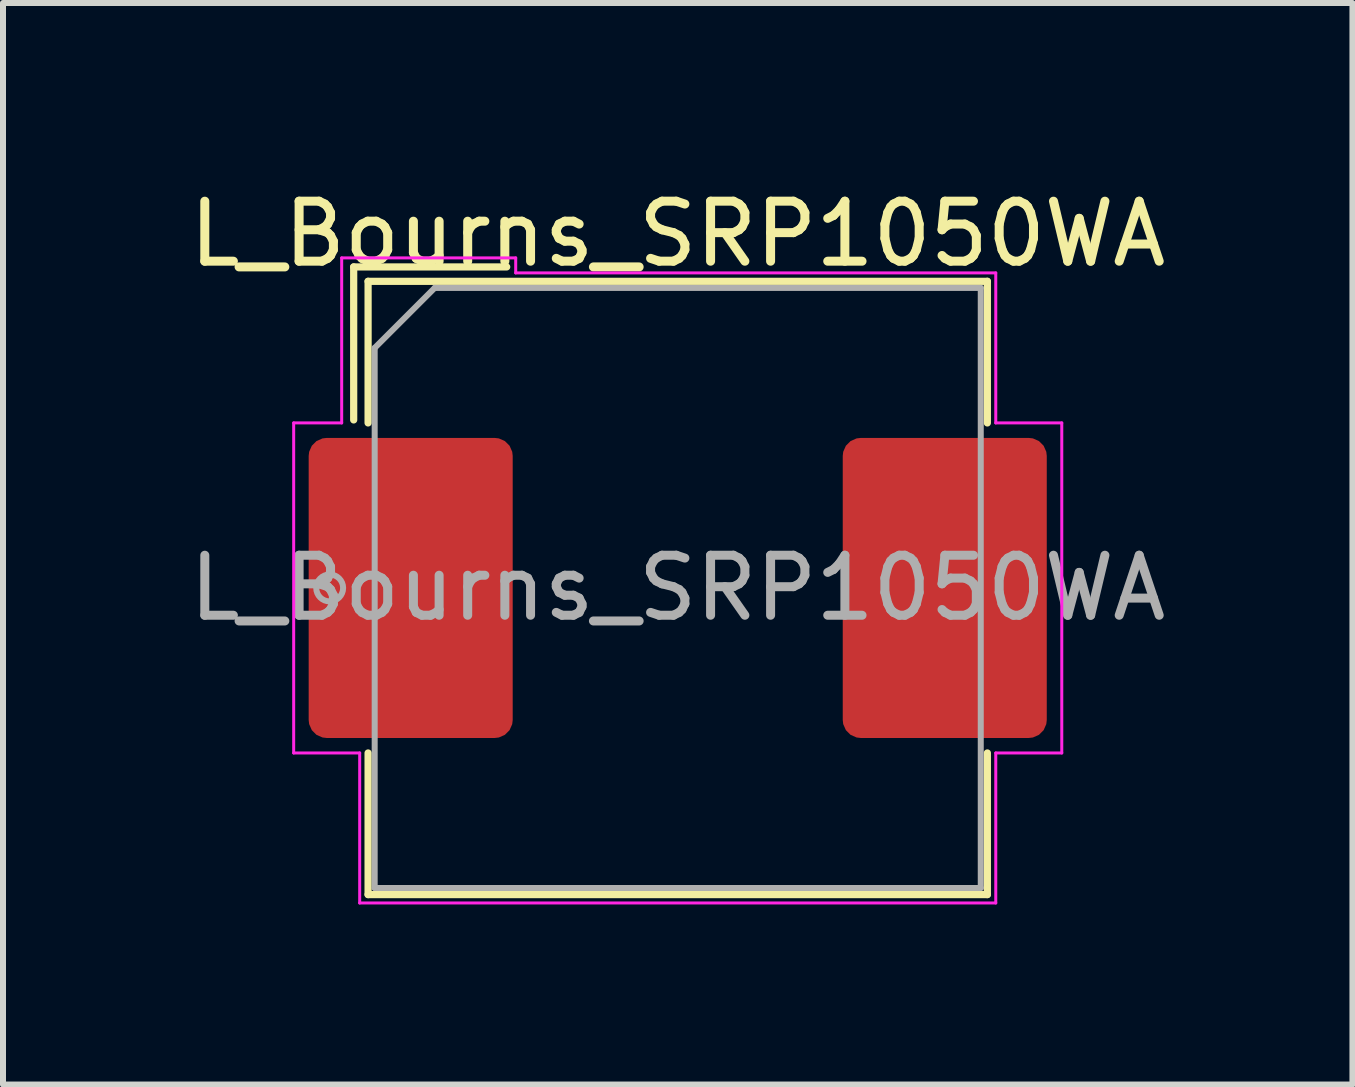
<source format=kicad_pcb>
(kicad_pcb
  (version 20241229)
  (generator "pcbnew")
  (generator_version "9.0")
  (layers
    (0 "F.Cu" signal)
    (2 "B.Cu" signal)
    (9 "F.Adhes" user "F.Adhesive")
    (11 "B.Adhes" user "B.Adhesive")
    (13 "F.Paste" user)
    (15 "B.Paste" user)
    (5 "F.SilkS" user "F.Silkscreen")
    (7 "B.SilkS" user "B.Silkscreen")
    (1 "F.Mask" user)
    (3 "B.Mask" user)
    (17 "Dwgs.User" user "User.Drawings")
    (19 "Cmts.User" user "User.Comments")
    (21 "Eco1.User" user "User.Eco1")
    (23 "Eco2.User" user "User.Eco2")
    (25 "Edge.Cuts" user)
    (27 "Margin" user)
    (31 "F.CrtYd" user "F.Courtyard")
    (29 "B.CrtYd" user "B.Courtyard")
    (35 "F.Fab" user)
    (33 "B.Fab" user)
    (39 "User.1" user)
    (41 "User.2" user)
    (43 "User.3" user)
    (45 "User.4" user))
  (footprint "L_Bourns_SRP1050WA"
    (layer "F.Cu")
    (at 8.244 6.748)
    (property "Reference" "L_Bourns_SRP1050WA" (at 0 -5.9 0) (layer "F.SilkS") (effects (font (size 1 1) (thickness 0.15))))
    (attr smd)
    (fp_line (start -5.4 -2.8) (end -5.4 -5.35) (stroke (width 0.12) (type solid)) (layer "F.SilkS"))
    (fp_line (start -5.16 -5.11) (end -5.16 -2.75) (stroke (width 0.12) (type solid)) (layer "F.SilkS"))
    (fp_line (start -5.16 -5.11) (end 5.16 -5.11) (stroke (width 0.12) (type solid)) (layer "F.SilkS"))
    (fp_line (start -5.16 2.75) (end -5.16 5.11) (stroke (width 0.12) (type solid)) (layer "F.SilkS"))
    (fp_line (start -5.16 5.11) (end 5.16 5.11) (stroke (width 0.12) (type solid)) (layer "F.SilkS"))
    (fp_line (start -2.85 -5.35) (end -5.4 -5.35) (stroke (width 0.12) (type solid)) (layer "F.SilkS"))
    (fp_line (start 5.16 -5.11) (end 5.16 -2.75) (stroke (width 0.12) (type solid)) (layer "F.SilkS"))
    (fp_line (start 5.16 2.75) (end 5.16 5.11) (stroke (width 0.12) (type solid)) (layer "F.SilkS"))
    (fp_line (start -6.4 -2.75) (end -6.4 2.75) (stroke (width 0.05) (type solid)) (layer "F.CrtYd"))
    (fp_line (start -6.4 2.75) (end -5.3 2.75) (stroke (width 0.05) (type solid)) (layer "F.CrtYd"))
    (fp_line (start -5.6 -5.5) (end -5.6 -2.75) (stroke (width 0.05) (type solid)) (layer "F.CrtYd"))
    (fp_line (start -5.6 -5.5) (end -2.7 -5.5) (stroke (width 0.05) (type solid)) (layer "F.CrtYd"))
    (fp_line (start -5.6 -2.75) (end -6.4 -2.75) (stroke (width 0.05) (type solid)) (layer "F.CrtYd"))
    (fp_line (start -5.3 2.75) (end -5.3 5.25) (stroke (width 0.05) (type solid)) (layer "F.CrtYd"))
    (fp_line (start -5.3 5.25) (end 5.3 5.25) (stroke (width 0.05) (type solid)) (layer "F.CrtYd"))
    (fp_line (start -2.7 -5.25) (end -2.7 -5.5) (stroke (width 0.05) (type solid)) (layer "F.CrtYd"))
    (fp_line (start -2.7 -5.25) (end 5.3 -5.25) (stroke (width 0.05) (type solid)) (layer "F.CrtYd"))
    (fp_line (start 5.3 -5.25) (end 5.3 -2.75) (stroke (width 0.05) (type solid)) (layer "F.CrtYd"))
    (fp_line (start 5.3 -2.75) (end 6.4 -2.75) (stroke (width 0.05) (type solid)) (layer "F.CrtYd"))
    (fp_line (start 5.3 2.75) (end 5.3 5.25) (stroke (width 0.05) (type solid)) (layer "F.CrtYd"))
    (fp_line (start 6.4 -2.75) (end 6.4 2.75) (stroke (width 0.05) (type solid)) (layer "F.CrtYd"))
    (fp_line (start 6.4 2.75) (end 5.3 2.75) (stroke (width 0.05) (type solid)) (layer "F.CrtYd"))
    (fp_line (start -5.05 -4) (end -4.05 -5) (stroke (width 0.1) (type solid)) (layer "F.Fab"))
    (fp_line (start -5.05 5) (end -5.05 -4) (stroke (width 0.1) (type solid)) (layer "F.Fab"))
    (fp_line (start -4.05 -5) (end 5.05 -5) (stroke (width 0.1) (type solid)) (layer "F.Fab"))
    (fp_line (start 5.05 -5) (end 5.05 5) (stroke (width 0.1) (type solid)) (layer "F.Fab"))
    (fp_line (start 5.05 5) (end -5.05 5) (stroke (width 0.1) (type solid)) (layer "F.Fab"))
    (fp_circle (center -5.8 0) (end -5.576 0) (stroke (width 0.1) (type solid)) (fill no) (layer "F.Fab"))
    (fp_text user "${REFERENCE}" (at 0 0 0) (layer "F.Fab") (effects (font (size 1 1) (thickness 0.15))))
    (pad "1" smd roundrect (at -4.45 0) (size 3.4 5) (layers "F.Cu" "F.Mask" "F.Paste") (roundrect_rratio 0.088))
    (pad "2" smd roundrect (at 4.45 0) (size 3.4 5) (layers "F.Cu" "F.Mask" "F.Paste") (roundrect_rratio 0.088)))
  (gr_rect
    (start -3 -3)
    (end 19.488 15.023)
    (stroke (width 0.1) (type default))
    (fill no)
    (layer "Edge.Cuts")))
</source>
